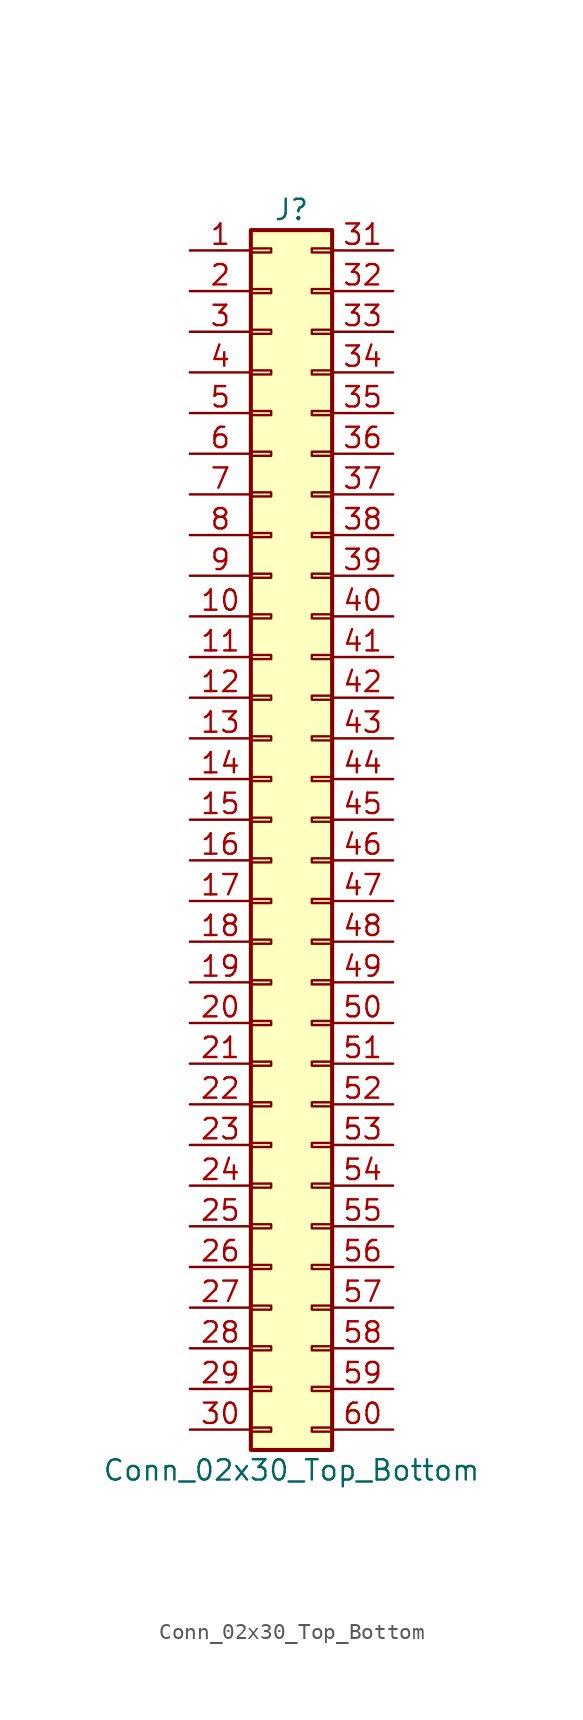
<source format=kicad_sym>
(kicad_symbol_lib
  (version 20220914)
  (generator kicad_symbol_editor)
  (symbol "Conn_02x30_Top_Bottom"
    (pin_names
      (offset 1.016) hide)
    (property "Reference" "J"
      (at 1.27 38.1 0)
      (effects (font (size 1.27 1.27))))
    (property "Value" "Conn_02x30_Top_Bottom"
      (at 1.27 -40.64 0)
      (effects (font (size 1.27 1.27))))
    (symbol "Conn_02x30_Top_Bottom_1_1"
      (rectangle (start -1.27 -37.973) (end 0 -38.227) (stroke (width 0.152) (type default)) (fill (type none)))
      (rectangle (start -1.27 -35.433) (end 0 -35.687) (stroke (width 0.152) (type default)) (fill (type none)))
      (rectangle (start -1.27 -32.893) (end 0 -33.147) (stroke (width 0.152) (type default)) (fill (type none)))
      (rectangle (start -1.27 -30.353) (end 0 -30.607) (stroke (width 0.152) (type default)) (fill (type none)))
      (rectangle (start -1.27 -27.813) (end 0 -28.067) (stroke (width 0.152) (type default)) (fill (type none)))
      (rectangle (start -1.27 -25.273) (end 0 -25.527) (stroke (width 0.152) (type default)) (fill (type none)))
      (rectangle (start -1.27 -22.733) (end 0 -22.987) (stroke (width 0.152) (type default)) (fill (type none)))
      (rectangle (start -1.27 -20.193) (end 0 -20.447) (stroke (width 0.152) (type default)) (fill (type none)))
      (rectangle (start -1.27 -17.653) (end 0 -17.907) (stroke (width 0.152) (type default)) (fill (type none)))
      (rectangle (start -1.27 -15.113) (end 0 -15.367) (stroke (width 0.152) (type default)) (fill (type none)))
      (rectangle (start -1.27 -12.573) (end 0 -12.827) (stroke (width 0.152) (type default)) (fill (type none)))
      (rectangle (start -1.27 -10.033) (end 0 -10.287) (stroke (width 0.152) (type default)) (fill (type none)))
      (rectangle (start -1.27 -7.493) (end 0 -7.747) (stroke (width 0.152) (type default)) (fill (type none)))
      (rectangle (start -1.27 -4.953) (end 0 -5.207) (stroke (width 0.152) (type default)) (fill (type none)))
      (rectangle (start -1.27 -2.413) (end 0 -2.667) (stroke (width 0.152) (type default)) (fill (type none)))
      (rectangle (start -1.27 0.127) (end 0 -0.127) (stroke (width 0.152) (type default)) (fill (type none)))
      (rectangle (start -1.27 2.667) (end 0 2.413) (stroke (width 0.152) (type default)) (fill (type none)))
      (rectangle (start -1.27 5.207) (end 0 4.953) (stroke (width 0.152) (type default)) (fill (type none)))
      (rectangle (start -1.27 7.747) (end 0 7.493) (stroke (width 0.152) (type default)) (fill (type none)))
      (rectangle (start -1.27 10.287) (end 0 10.033) (stroke (width 0.152) (type default)) (fill (type none)))
      (rectangle (start -1.27 12.827) (end 0 12.573) (stroke (width 0.152) (type default)) (fill (type none)))
      (rectangle (start -1.27 15.367) (end 0 15.113) (stroke (width 0.152) (type default)) (fill (type none)))
      (rectangle (start -1.27 17.907) (end 0 17.653) (stroke (width 0.152) (type default)) (fill (type none)))
      (rectangle (start -1.27 20.447) (end 0 20.193) (stroke (width 0.152) (type default)) (fill (type none)))
      (rectangle (start -1.27 22.987) (end 0 22.733) (stroke (width 0.152) (type default)) (fill (type none)))
      (rectangle (start -1.27 25.527) (end 0 25.273) (stroke (width 0.152) (type default)) (fill (type none)))
      (rectangle (start -1.27 28.067) (end 0 27.813) (stroke (width 0.152) (type default)) (fill (type none)))
      (rectangle (start -1.27 30.607) (end 0 30.353) (stroke (width 0.152) (type default)) (fill (type none)))
      (rectangle (start -1.27 33.147) (end 0 32.893) (stroke (width 0.152) (type default)) (fill (type none)))
      (rectangle (start -1.27 35.687) (end 0 35.433) (stroke (width 0.152) (type default)) (fill (type none)))
      (rectangle (start -1.27 36.83) (end 3.81 -39.37) (stroke (width 0.254) (type default)) (fill (type background)))
      (rectangle (start 3.81 -37.973) (end 2.54 -38.227) (stroke (width 0.152) (type default)) (fill (type none)))
      (rectangle (start 3.81 -35.433) (end 2.54 -35.687) (stroke (width 0.152) (type default)) (fill (type none)))
      (rectangle (start 3.81 -32.893) (end 2.54 -33.147) (stroke (width 0.152) (type default)) (fill (type none)))
      (rectangle (start 3.81 -30.353) (end 2.54 -30.607) (stroke (width 0.152) (type default)) (fill (type none)))
      (rectangle (start 3.81 -27.813) (end 2.54 -28.067) (stroke (width 0.152) (type default)) (fill (type none)))
      (rectangle (start 3.81 -25.273) (end 2.54 -25.527) (stroke (width 0.152) (type default)) (fill (type none)))
      (rectangle (start 3.81 -22.733) (end 2.54 -22.987) (stroke (width 0.152) (type default)) (fill (type none)))
      (rectangle (start 3.81 -20.193) (end 2.54 -20.447) (stroke (width 0.152) (type default)) (fill (type none)))
      (rectangle (start 3.81 -17.653) (end 2.54 -17.907) (stroke (width 0.152) (type default)) (fill (type none)))
      (rectangle (start 3.81 -15.113) (end 2.54 -15.367) (stroke (width 0.152) (type default)) (fill (type none)))
      (rectangle (start 3.81 -12.573) (end 2.54 -12.827) (stroke (width 0.152) (type default)) (fill (type none)))
      (rectangle (start 3.81 -10.033) (end 2.54 -10.287) (stroke (width 0.152) (type default)) (fill (type none)))
      (rectangle (start 3.81 -7.493) (end 2.54 -7.747) (stroke (width 0.152) (type default)) (fill (type none)))
      (rectangle (start 3.81 -4.953) (end 2.54 -5.207) (stroke (width 0.152) (type default)) (fill (type none)))
      (rectangle (start 3.81 -2.413) (end 2.54 -2.667) (stroke (width 0.152) (type default)) (fill (type none)))
      (rectangle (start 3.81 0.127) (end 2.54 -0.127) (stroke (width 0.152) (type default)) (fill (type none)))
      (rectangle (start 3.81 2.667) (end 2.54 2.413) (stroke (width 0.152) (type default)) (fill (type none)))
      (rectangle (start 3.81 5.207) (end 2.54 4.953) (stroke (width 0.152) (type default)) (fill (type none)))
      (rectangle (start 3.81 7.747) (end 2.54 7.493) (stroke (width 0.152) (type default)) (fill (type none)))
      (rectangle (start 3.81 10.287) (end 2.54 10.033) (stroke (width 0.152) (type default)) (fill (type none)))
      (rectangle (start 3.81 12.827) (end 2.54 12.573) (stroke (width 0.152) (type default)) (fill (type none)))
      (rectangle (start 3.81 15.367) (end 2.54 15.113) (stroke (width 0.152) (type default)) (fill (type none)))
      (rectangle (start 3.81 17.907) (end 2.54 17.653) (stroke (width 0.152) (type default)) (fill (type none)))
      (rectangle (start 3.81 20.447) (end 2.54 20.193) (stroke (width 0.152) (type default)) (fill (type none)))
      (rectangle (start 3.81 22.987) (end 2.54 22.733) (stroke (width 0.152) (type default)) (fill (type none)))
      (rectangle (start 3.81 25.527) (end 2.54 25.273) (stroke (width 0.152) (type default)) (fill (type none)))
      (rectangle (start 3.81 28.067) (end 2.54 27.813) (stroke (width 0.152) (type default)) (fill (type none)))
      (rectangle (start 3.81 30.607) (end 2.54 30.353) (stroke (width 0.152) (type default)) (fill (type none)))
      (rectangle (start 3.81 33.147) (end 2.54 32.893) (stroke (width 0.152) (type default)) (fill (type none)))
      (rectangle (start 3.81 35.687) (end 2.54 35.433) (stroke (width 0.152) (type default)) (fill (type none)))
      (pin passive line (at -5.08 35.56 0) (length 3.81) (name "Pin_1" (effects (font (size 1.27 1.27)))) (number "1" (effects (font (size 1.27 1.27)))))
      (pin passive line (at -5.08 12.7 0) (length 3.81) (name "Pin_10" (effects (font (size 1.27 1.27)))) (number "10" (effects (font (size 1.27 1.27)))))
      (pin passive line (at -5.08 10.16 0) (length 3.81) (name "Pin_11" (effects (font (size 1.27 1.27)))) (number "11" (effects (font (size 1.27 1.27)))))
      (pin passive line (at -5.08 7.62 0) (length 3.81) (name "Pin_12" (effects (font (size 1.27 1.27)))) (number "12" (effects (font (size 1.27 1.27)))))
      (pin passive line (at -5.08 5.08 0) (length 3.81) (name "Pin_13" (effects (font (size 1.27 1.27)))) (number "13" (effects (font (size 1.27 1.27)))))
      (pin passive line (at -5.08 2.54 0) (length 3.81) (name "Pin_14" (effects (font (size 1.27 1.27)))) (number "14" (effects (font (size 1.27 1.27)))))
      (pin passive line (at -5.08 0 0) (length 3.81) (name "Pin_15" (effects (font (size 1.27 1.27)))) (number "15" (effects (font (size 1.27 1.27)))))
      (pin passive line (at -5.08 -2.54 0) (length 3.81) (name "Pin_16" (effects (font (size 1.27 1.27)))) (number "16" (effects (font (size 1.27 1.27)))))
      (pin passive line (at -5.08 -5.08 0) (length 3.81) (name "Pin_17" (effects (font (size 1.27 1.27)))) (number "17" (effects (font (size 1.27 1.27)))))
      (pin passive line (at -5.08 -7.62 0) (length 3.81) (name "Pin_18" (effects (font (size 1.27 1.27)))) (number "18" (effects (font (size 1.27 1.27)))))
      (pin passive line (at -5.08 -10.16 0) (length 3.81) (name "Pin_19" (effects (font (size 1.27 1.27)))) (number "19" (effects (font (size 1.27 1.27)))))
      (pin passive line (at -5.08 33.02 0) (length 3.81) (name "Pin_2" (effects (font (size 1.27 1.27)))) (number "2" (effects (font (size 1.27 1.27)))))
      (pin passive line (at -5.08 -12.7 0) (length 3.81) (name "Pin_20" (effects (font (size 1.27 1.27)))) (number "20" (effects (font (size 1.27 1.27)))))
      (pin passive line (at -5.08 -15.24 0) (length 3.81) (name "Pin_21" (effects (font (size 1.27 1.27)))) (number "21" (effects (font (size 1.27 1.27)))))
      (pin passive line (at -5.08 -17.78 0) (length 3.81) (name "Pin_22" (effects (font (size 1.27 1.27)))) (number "22" (effects (font (size 1.27 1.27)))))
      (pin passive line (at -5.08 -20.32 0) (length 3.81) (name "Pin_23" (effects (font (size 1.27 1.27)))) (number "23" (effects (font (size 1.27 1.27)))))
      (pin passive line (at -5.08 -22.86 0) (length 3.81) (name "Pin_24" (effects (font (size 1.27 1.27)))) (number "24" (effects (font (size 1.27 1.27)))))
      (pin passive line (at -5.08 -25.4 0) (length 3.81) (name "Pin_25" (effects (font (size 1.27 1.27)))) (number "25" (effects (font (size 1.27 1.27)))))
      (pin passive line (at -5.08 -27.94 0) (length 3.81) (name "Pin_26" (effects (font (size 1.27 1.27)))) (number "26" (effects (font (size 1.27 1.27)))))
      (pin passive line (at -5.08 -30.48 0) (length 3.81) (name "Pin_27" (effects (font (size 1.27 1.27)))) (number "27" (effects (font (size 1.27 1.27)))))
      (pin passive line (at -5.08 -33.02 0) (length 3.81) (name "Pin_28" (effects (font (size 1.27 1.27)))) (number "28" (effects (font (size 1.27 1.27)))))
      (pin passive line (at -5.08 -35.56 0) (length 3.81) (name "Pin_29" (effects (font (size 1.27 1.27)))) (number "29" (effects (font (size 1.27 1.27)))))
      (pin passive line (at -5.08 30.48 0) (length 3.81) (name "Pin_3" (effects (font (size 1.27 1.27)))) (number "3" (effects (font (size 1.27 1.27)))))
      (pin passive line (at -5.08 -38.1 0) (length 3.81) (name "Pin_30" (effects (font (size 1.27 1.27)))) (number "30" (effects (font (size 1.27 1.27)))))
      (pin passive line (at 7.62 35.56 180) (length 3.81) (name "Pin_31" (effects (font (size 1.27 1.27)))) (number "31" (effects (font (size 1.27 1.27)))))
      (pin passive line (at 7.62 33.02 180) (length 3.81) (name "Pin_32" (effects (font (size 1.27 1.27)))) (number "32" (effects (font (size 1.27 1.27)))))
      (pin passive line (at 7.62 30.48 180) (length 3.81) (name "Pin_33" (effects (font (size 1.27 1.27)))) (number "33" (effects (font (size 1.27 1.27)))))
      (pin passive line (at 7.62 27.94 180) (length 3.81) (name "Pin_34" (effects (font (size 1.27 1.27)))) (number "34" (effects (font (size 1.27 1.27)))))
      (pin passive line (at 7.62 25.4 180) (length 3.81) (name "Pin_35" (effects (font (size 1.27 1.27)))) (number "35" (effects (font (size 1.27 1.27)))))
      (pin passive line (at 7.62 22.86 180) (length 3.81) (name "Pin_36" (effects (font (size 1.27 1.27)))) (number "36" (effects (font (size 1.27 1.27)))))
      (pin passive line (at 7.62 20.32 180) (length 3.81) (name "Pin_37" (effects (font (size 1.27 1.27)))) (number "37" (effects (font (size 1.27 1.27)))))
      (pin passive line (at 7.62 17.78 180) (length 3.81) (name "Pin_38" (effects (font (size 1.27 1.27)))) (number "38" (effects (font (size 1.27 1.27)))))
      (pin passive line (at 7.62 15.24 180) (length 3.81) (name "Pin_39" (effects (font (size 1.27 1.27)))) (number "39" (effects (font (size 1.27 1.27)))))
      (pin passive line (at -5.08 27.94 0) (length 3.81) (name "Pin_4" (effects (font (size 1.27 1.27)))) (number "4" (effects (font (size 1.27 1.27)))))
      (pin passive line (at 7.62 12.7 180) (length 3.81) (name "Pin_40" (effects (font (size 1.27 1.27)))) (number "40" (effects (font (size 1.27 1.27)))))
      (pin passive line (at 7.62 10.16 180) (length 3.81) (name "Pin_41" (effects (font (size 1.27 1.27)))) (number "41" (effects (font (size 1.27 1.27)))))
      (pin passive line (at 7.62 7.62 180) (length 3.81) (name "Pin_42" (effects (font (size 1.27 1.27)))) (number "42" (effects (font (size 1.27 1.27)))))
      (pin passive line (at 7.62 5.08 180) (length 3.81) (name "Pin_43" (effects (font (size 1.27 1.27)))) (number "43" (effects (font (size 1.27 1.27)))))
      (pin passive line (at 7.62 2.54 180) (length 3.81) (name "Pin_44" (effects (font (size 1.27 1.27)))) (number "44" (effects (font (size 1.27 1.27)))))
      (pin passive line (at 7.62 0 180) (length 3.81) (name "Pin_45" (effects (font (size 1.27 1.27)))) (number "45" (effects (font (size 1.27 1.27)))))
      (pin passive line (at 7.62 -2.54 180) (length 3.81) (name "Pin_46" (effects (font (size 1.27 1.27)))) (number "46" (effects (font (size 1.27 1.27)))))
      (pin passive line (at 7.62 -5.08 180) (length 3.81) (name "Pin_47" (effects (font (size 1.27 1.27)))) (number "47" (effects (font (size 1.27 1.27)))))
      (pin passive line (at 7.62 -7.62 180) (length 3.81) (name "Pin_48" (effects (font (size 1.27 1.27)))) (number "48" (effects (font (size 1.27 1.27)))))
      (pin passive line (at 7.62 -10.16 180) (length 3.81) (name "Pin_49" (effects (font (size 1.27 1.27)))) (number "49" (effects (font (size 1.27 1.27)))))
      (pin passive line (at -5.08 25.4 0) (length 3.81) (name "Pin_5" (effects (font (size 1.27 1.27)))) (number "5" (effects (font (size 1.27 1.27)))))
      (pin passive line (at 7.62 -12.7 180) (length 3.81) (name "Pin_50" (effects (font (size 1.27 1.27)))) (number "50" (effects (font (size 1.27 1.27)))))
      (pin passive line (at 7.62 -15.24 180) (length 3.81) (name "Pin_51" (effects (font (size 1.27 1.27)))) (number "51" (effects (font (size 1.27 1.27)))))
      (pin passive line (at 7.62 -17.78 180) (length 3.81) (name "Pin_52" (effects (font (size 1.27 1.27)))) (number "52" (effects (font (size 1.27 1.27)))))
      (pin passive line (at 7.62 -20.32 180) (length 3.81) (name "Pin_53" (effects (font (size 1.27 1.27)))) (number "53" (effects (font (size 1.27 1.27)))))
      (pin passive line (at 7.62 -22.86 180) (length 3.81) (name "Pin_54" (effects (font (size 1.27 1.27)))) (number "54" (effects (font (size 1.27 1.27)))))
      (pin passive line (at 7.62 -25.4 180) (length 3.81) (name "Pin_55" (effects (font (size 1.27 1.27)))) (number "55" (effects (font (size 1.27 1.27)))))
      (pin passive line (at 7.62 -27.94 180) (length 3.81) (name "Pin_56" (effects (font (size 1.27 1.27)))) (number "56" (effects (font (size 1.27 1.27)))))
      (pin passive line (at 7.62 -30.48 180) (length 3.81) (name "Pin_57" (effects (font (size 1.27 1.27)))) (number "57" (effects (font (size 1.27 1.27)))))
      (pin passive line (at 7.62 -33.02 180) (length 3.81) (name "Pin_58" (effects (font (size 1.27 1.27)))) (number "58" (effects (font (size 1.27 1.27)))))
      (pin passive line (at 7.62 -35.56 180) (length 3.81) (name "Pin_59" (effects (font (size 1.27 1.27)))) (number "59" (effects (font (size 1.27 1.27)))))
      (pin passive line (at -5.08 22.86 0) (length 3.81) (name "Pin_6" (effects (font (size 1.27 1.27)))) (number "6" (effects (font (size 1.27 1.27)))))
      (pin passive line (at 7.62 -38.1 180) (length 3.81) (name "Pin_60" (effects (font (size 1.27 1.27)))) (number "60" (effects (font (size 1.27 1.27)))))
      (pin passive line (at -5.08 20.32 0) (length 3.81) (name "Pin_7" (effects (font (size 1.27 1.27)))) (number "7" (effects (font (size 1.27 1.27)))))
      (pin passive line (at -5.08 17.78 0) (length 3.81) (name "Pin_8" (effects (font (size 1.27 1.27)))) (number "8" (effects (font (size 1.27 1.27)))))
      (pin passive line (at -5.08 15.24 0) (length 3.81) (name "Pin_9" (effects (font (size 1.27 1.27)))) (number "9" (effects (font (size 1.27 1.27))))))))
</source>
